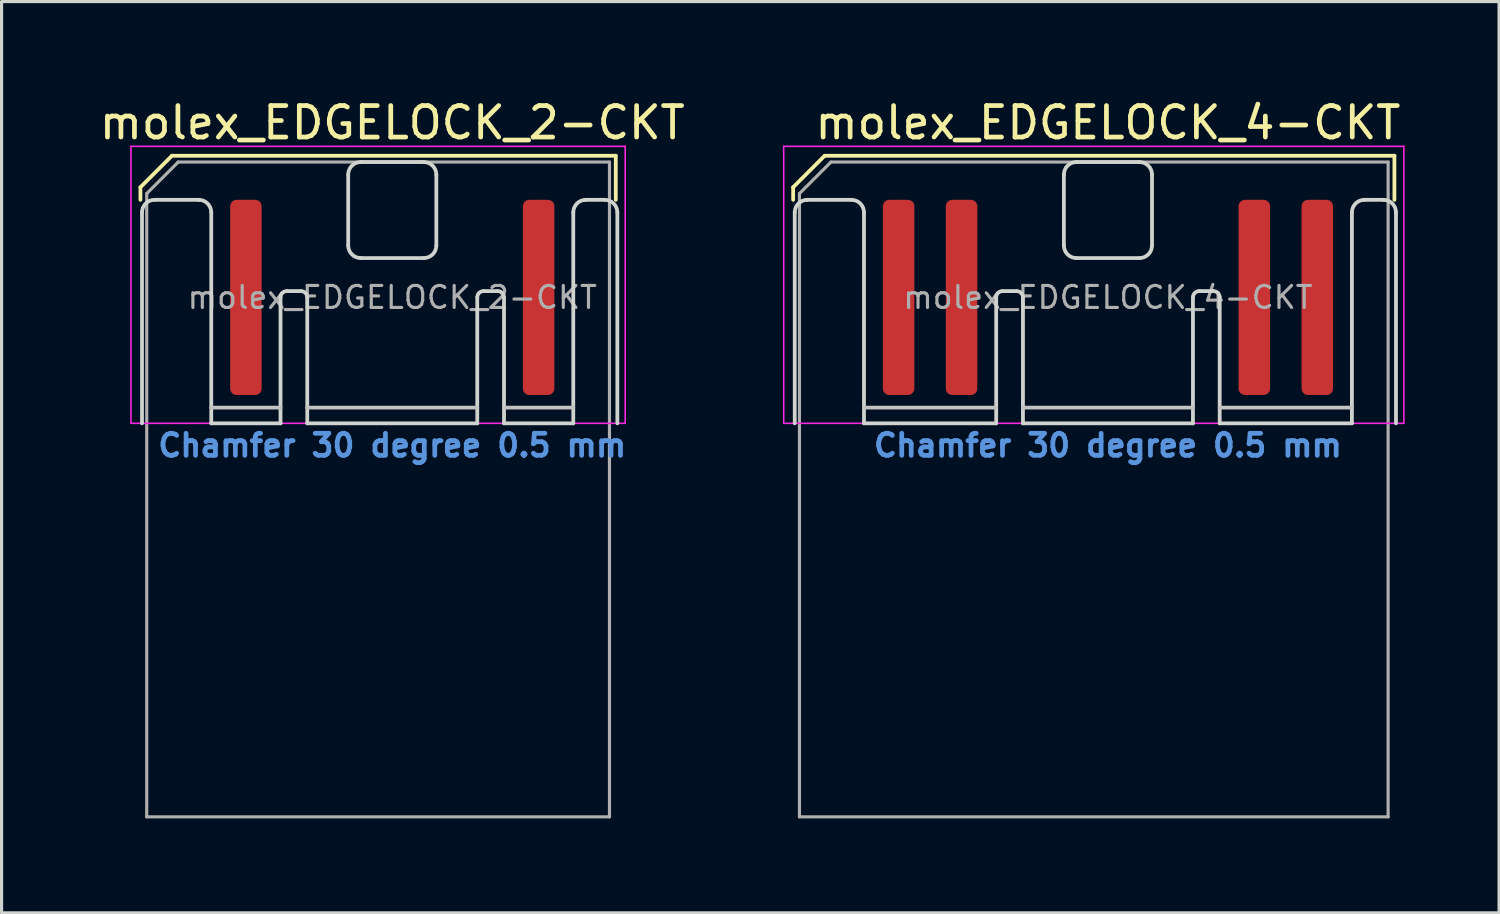
<source format=kicad_pcb>
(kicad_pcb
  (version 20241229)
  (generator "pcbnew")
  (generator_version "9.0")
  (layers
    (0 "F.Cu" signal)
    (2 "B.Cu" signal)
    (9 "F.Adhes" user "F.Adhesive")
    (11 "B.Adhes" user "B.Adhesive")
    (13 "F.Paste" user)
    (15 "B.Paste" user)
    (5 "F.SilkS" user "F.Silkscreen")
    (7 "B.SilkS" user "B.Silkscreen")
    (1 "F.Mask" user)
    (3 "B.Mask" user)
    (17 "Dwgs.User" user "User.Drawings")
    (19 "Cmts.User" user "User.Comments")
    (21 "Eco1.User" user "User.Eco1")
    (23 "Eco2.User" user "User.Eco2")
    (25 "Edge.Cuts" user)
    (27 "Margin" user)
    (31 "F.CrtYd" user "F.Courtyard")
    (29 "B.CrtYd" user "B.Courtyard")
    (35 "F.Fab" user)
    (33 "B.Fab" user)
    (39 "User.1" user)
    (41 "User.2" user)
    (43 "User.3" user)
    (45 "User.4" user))
  (footprint "molex_EDGELOCK_2-CKT"
    (layer "F.Cu")
    (at 9.411 6.398)
    (property "Reference" "molex_EDGELOCK_2-CKT" (at 0 -5.55 0) (layer "F.SilkS") (effects (font (size 1 1) (thickness 0.15))))
    (attr smd)
    (fp_line (start -8 -3.5) (end -7 -4.5) (stroke (width 0.12) (type solid)) (layer "F.SilkS"))
    (fp_line (start -8 -3.1) (end -8 -3.5) (stroke (width 0.12) (type solid)) (layer "F.SilkS"))
    (fp_line (start -7 -4.5) (end 7.1 -4.5) (stroke (width 0.12) (type solid)) (layer "F.SilkS"))
    (fp_line (start 7.1 -4.5) (end 7.1 -3.1) (stroke (width 0.12) (type solid)) (layer "F.SilkS"))
    (fp_line (start -5.75 3.5) (end -3.55 3.5) (stroke (width 0.12) (type solid)) (layer "Dwgs.User"))
    (fp_line (start -2.7 3.5) (end 2.7 3.5) (stroke (width 0.12) (type solid)) (layer "Dwgs.User"))
    (fp_line (start 3.55 3.5) (end 5.75 3.5) (stroke (width 0.12) (type solid)) (layer "Dwgs.User"))
    (fp_line (start -7.95 4) (end -7.95 -2.7) (stroke (width 0.12) (type solid)) (layer "Edge.Cuts"))
    (fp_line (start -7.55 -3.1) (end -6.15 -3.1) (stroke (width 0.12) (type solid)) (layer "Edge.Cuts"))
    (fp_line (start -5.75 -2.7) (end -5.75 4) (stroke (width 0.12) (type solid)) (layer "Edge.Cuts"))
    (fp_line (start -5.75 4) (end -3.55 4) (stroke (width 0.12) (type solid)) (layer "Edge.Cuts"))
    (fp_line (start -3.55 4) (end -3.55 0) (stroke (width 0.12) (type solid)) (layer "Edge.Cuts"))
    (fp_line (start -3.35 -0.2) (end -2.9 -0.2) (stroke (width 0.12) (type solid)) (layer "Edge.Cuts"))
    (fp_line (start -2.7 0) (end -2.7 4) (stroke (width 0.12) (type solid)) (layer "Edge.Cuts"))
    (fp_line (start -2.7 4) (end 2.7 4) (stroke (width 0.12) (type solid)) (layer "Edge.Cuts"))
    (fp_line (start -1.4 -3.9) (end -1.4 -1.65) (stroke (width 0.12) (type solid)) (layer "Edge.Cuts"))
    (fp_line (start -1 -1.25) (end 1 -1.25) (stroke (width 0.12) (type solid)) (layer "Edge.Cuts"))
    (fp_line (start 1 -4.3) (end -1 -4.3) (stroke (width 0.12) (type solid)) (layer "Edge.Cuts"))
    (fp_line (start 1.4 -1.65) (end 1.4 -3.9) (stroke (width 0.12) (type solid)) (layer "Edge.Cuts"))
    (fp_line (start 2.7 4) (end 2.7 0) (stroke (width 0.12) (type solid)) (layer "Edge.Cuts"))
    (fp_line (start 2.9 -0.2) (end 3.35 -0.2) (stroke (width 0.12) (type solid)) (layer "Edge.Cuts"))
    (fp_line (start 3.55 0) (end 3.55 4) (stroke (width 0.12) (type solid)) (layer "Edge.Cuts"))
    (fp_line (start 3.55 4) (end 5.75 4) (stroke (width 0.12) (type solid)) (layer "Edge.Cuts"))
    (fp_line (start 5.75 4) (end 5.75 -2.7) (stroke (width 0.12) (type solid)) (layer "Edge.Cuts"))
    (fp_line (start 6.15 -3.1) (end 6.75 -3.1) (stroke (width 0.12) (type solid)) (layer "Edge.Cuts"))
    (fp_line (start 7.15 -2.7) (end 7.15 4) (stroke (width 0.12) (type solid)) (layer "Edge.Cuts"))
    (fp_arc (start -7.95 -2.7) (mid -7.832843 -2.982843) (end -7.55 -3.1) (stroke (width 0.12) (type solid)) (layer "Edge.Cuts"))
    (fp_arc (start -6.15 -3.1) (mid -5.867157 -2.982843) (end -5.75 -2.7) (stroke (width 0.12) (type solid)) (layer "Edge.Cuts"))
    (fp_arc (start -3.55 0) (mid -3.491421 -0.141421) (end -3.35 -0.2) (stroke (width 0.12) (type solid)) (layer "Edge.Cuts"))
    (fp_arc (start -2.9 -0.2) (mid -2.758579 -0.141421) (end -2.7 0) (stroke (width 0.12) (type solid)) (layer "Edge.Cuts"))
    (fp_arc (start -1.4 -3.9) (mid -1.282843 -4.182843) (end -1 -4.3) (stroke (width 0.12) (type solid)) (layer "Edge.Cuts"))
    (fp_arc (start -1 -1.25) (mid -1.282843 -1.367157) (end -1.4 -1.65) (stroke (width 0.12) (type solid)) (layer "Edge.Cuts"))
    (fp_arc (start 1 -4.3) (mid 1.282843 -4.182843) (end 1.4 -3.9) (stroke (width 0.12) (type solid)) (layer "Edge.Cuts"))
    (fp_arc (start 1.4 -1.65) (mid 1.282843 -1.367157) (end 1 -1.25) (stroke (width 0.12) (type solid)) (layer "Edge.Cuts"))
    (fp_arc (start 2.7 0) (mid 2.758579 -0.141421) (end 2.9 -0.2) (stroke (width 0.12) (type solid)) (layer "Edge.Cuts"))
    (fp_arc (start 3.35 -0.2) (mid 3.491421 -0.141421) (end 3.55 0) (stroke (width 0.12) (type solid)) (layer "Edge.Cuts"))
    (fp_arc (start 5.75 -2.7) (mid 5.867157 -2.982843) (end 6.15 -3.1) (stroke (width 0.12) (type solid)) (layer "Edge.Cuts"))
    (fp_arc (start 6.75 -3.1) (mid 7.032843 -2.982843) (end 7.15 -2.7) (stroke (width 0.12) (type solid)) (layer "Edge.Cuts"))
    (fp_line (start -8.3 -4.8) (end -8.3 4) (stroke (width 0.05) (type solid)) (layer "F.CrtYd"))
    (fp_line (start -8.3 4) (end 7.4 4) (stroke (width 0.05) (type solid)) (layer "F.CrtYd"))
    (fp_line (start 7.4 -4.8) (end -8.3 -4.8) (stroke (width 0.05) (type solid)) (layer "F.CrtYd"))
    (fp_line (start 7.4 4) (end 7.4 -4.8) (stroke (width 0.05) (type solid)) (layer "F.CrtYd"))
    (fp_line (start -7.8 -3.3) (end -6.8 -4.3) (stroke (width 0.1) (type solid)) (layer "F.Fab"))
    (fp_line (start -7.8 16.5) (end -7.8 -3.3) (stroke (width 0.1) (type solid)) (layer "F.Fab"))
    (fp_line (start -6.8 -4.3) (end 6.9 -4.3) (stroke (width 0.1) (type solid)) (layer "F.Fab"))
    (fp_line (start 6.9 -4.3) (end 6.9 16.5) (stroke (width 0.1) (type solid)) (layer "F.Fab"))
    (fp_line (start 6.9 16.5) (end -7.8 16.5) (stroke (width 0.1) (type solid)) (layer "F.Fab"))
    (fp_text user "Chamfer 30 degree 0.5 mm" (at 0 4.7 0) (layer "Cmts.User") (effects (font (size 0.7 0.7) (thickness 0.15))))
    (fp_text user "${REFERENCE}" (at 0 0 0) (layer "F.Fab") (effects (font (size 0.7 0.7) (thickness 0.1))))
    (pad "1" smd roundrect (at -4.65 0) (size 1 6.2) (layers "F.Cu" "F.Mask" "F.Paste") (roundrect_rratio 0.2))
    (pad "2" smd roundrect (at 4.65 0) (size 1 6.2) (layers "F.Cu" "F.Mask" "F.Paste") (roundrect_rratio 0.2)))
  (footprint "molex_EDGELOCK_4-CKT"
    (layer "F.Cu")
    (at 32.146 6.398)
    (property "Reference" "molex_EDGELOCK_4-CKT" (at 0 -5.55 0) (layer "F.SilkS") (effects (font (size 1 1) (thickness 0.15))))
    (attr smd)
    (fp_line (start -10 -3.5) (end -9 -4.5) (stroke (width 0.12) (type solid)) (layer "F.SilkS"))
    (fp_line (start -10 -3.1) (end -10 -3.5) (stroke (width 0.12) (type solid)) (layer "F.SilkS"))
    (fp_line (start -9 -4.5) (end 9.1 -4.5) (stroke (width 0.12) (type solid)) (layer "F.SilkS"))
    (fp_line (start 9.1 -4.5) (end 9.1 -3.1) (stroke (width 0.12) (type solid)) (layer "F.SilkS"))
    (fp_line (start -7.75 3.5) (end -3.55 3.5) (stroke (width 0.12) (type solid)) (layer "Dwgs.User"))
    (fp_line (start -2.7 3.5) (end 2.7 3.5) (stroke (width 0.12) (type solid)) (layer "Dwgs.User"))
    (fp_line (start 3.55 3.5) (end 7.75 3.5) (stroke (width 0.12) (type solid)) (layer "Dwgs.User"))
    (fp_line (start -9.95 4) (end -9.95 -2.7) (stroke (width 0.12) (type solid)) (layer "Edge.Cuts"))
    (fp_line (start -9.55 -3.1) (end -8.15 -3.1) (stroke (width 0.12) (type solid)) (layer "Edge.Cuts"))
    (fp_line (start -7.75 -2.7) (end -7.75 4) (stroke (width 0.12) (type solid)) (layer "Edge.Cuts"))
    (fp_line (start -7.75 4) (end -3.55 4) (stroke (width 0.12) (type solid)) (layer "Edge.Cuts"))
    (fp_line (start -3.55 4) (end -3.55 0) (stroke (width 0.12) (type solid)) (layer "Edge.Cuts"))
    (fp_line (start -3.35 -0.2) (end -2.9 -0.2) (stroke (width 0.12) (type solid)) (layer "Edge.Cuts"))
    (fp_line (start -2.7 0) (end -2.7 4) (stroke (width 0.12) (type solid)) (layer "Edge.Cuts"))
    (fp_line (start -2.7 4) (end 2.7 4) (stroke (width 0.12) (type solid)) (layer "Edge.Cuts"))
    (fp_line (start -1.4 -3.9) (end -1.4 -1.65) (stroke (width 0.12) (type solid)) (layer "Edge.Cuts"))
    (fp_line (start -1 -1.25) (end 1 -1.25) (stroke (width 0.12) (type solid)) (layer "Edge.Cuts"))
    (fp_line (start 1 -4.3) (end -1 -4.3) (stroke (width 0.12) (type solid)) (layer "Edge.Cuts"))
    (fp_line (start 1.4 -1.65) (end 1.4 -3.9) (stroke (width 0.12) (type solid)) (layer "Edge.Cuts"))
    (fp_line (start 2.7 4) (end 2.7 0) (stroke (width 0.12) (type solid)) (layer "Edge.Cuts"))
    (fp_line (start 2.9 -0.2) (end 3.35 -0.2) (stroke (width 0.12) (type solid)) (layer "Edge.Cuts"))
    (fp_line (start 3.55 0) (end 3.55 4) (stroke (width 0.12) (type solid)) (layer "Edge.Cuts"))
    (fp_line (start 3.55 4) (end 7.75 4) (stroke (width 0.12) (type solid)) (layer "Edge.Cuts"))
    (fp_line (start 7.75 4) (end 7.75 -2.7) (stroke (width 0.12) (type solid)) (layer "Edge.Cuts"))
    (fp_line (start 8.15 -3.1) (end 8.75 -3.1) (stroke (width 0.12) (type solid)) (layer "Edge.Cuts"))
    (fp_line (start 9.15 -2.7) (end 9.15 4) (stroke (width 0.12) (type solid)) (layer "Edge.Cuts"))
    (fp_arc (start -9.95 -2.7) (mid -9.832843 -2.982843) (end -9.55 -3.1) (stroke (width 0.12) (type solid)) (layer "Edge.Cuts"))
    (fp_arc (start -8.15 -3.1) (mid -7.867157 -2.982843) (end -7.75 -2.7) (stroke (width 0.12) (type solid)) (layer "Edge.Cuts"))
    (fp_arc (start -3.55 0) (mid -3.491421 -0.141421) (end -3.35 -0.2) (stroke (width 0.12) (type solid)) (layer "Edge.Cuts"))
    (fp_arc (start -2.9 -0.2) (mid -2.758579 -0.141421) (end -2.7 0) (stroke (width 0.12) (type solid)) (layer "Edge.Cuts"))
    (fp_arc (start -1.4 -3.9) (mid -1.282843 -4.182843) (end -1 -4.3) (stroke (width 0.12) (type solid)) (layer "Edge.Cuts"))
    (fp_arc (start -1 -1.25) (mid -1.282843 -1.367157) (end -1.4 -1.65) (stroke (width 0.12) (type solid)) (layer "Edge.Cuts"))
    (fp_arc (start 1 -4.3) (mid 1.282843 -4.182843) (end 1.4 -3.9) (stroke (width 0.12) (type solid)) (layer "Edge.Cuts"))
    (fp_arc (start 1.4 -1.65) (mid 1.282843 -1.367157) (end 1 -1.25) (stroke (width 0.12) (type solid)) (layer "Edge.Cuts"))
    (fp_arc (start 2.7 0) (mid 2.758579 -0.141421) (end 2.9 -0.2) (stroke (width 0.12) (type solid)) (layer "Edge.Cuts"))
    (fp_arc (start 3.35 -0.2) (mid 3.491421 -0.141421) (end 3.55 0) (stroke (width 0.12) (type solid)) (layer "Edge.Cuts"))
    (fp_arc (start 7.75 -2.7) (mid 7.867157 -2.982843) (end 8.15 -3.1) (stroke (width 0.12) (type solid)) (layer "Edge.Cuts"))
    (fp_arc (start 8.75 -3.1) (mid 9.032843 -2.982843) (end 9.15 -2.7) (stroke (width 0.12) (type solid)) (layer "Edge.Cuts"))
    (fp_line (start -10.3 -4.8) (end -10.3 4) (stroke (width 0.05) (type solid)) (layer "F.CrtYd"))
    (fp_line (start -10.3 4) (end 9.4 4) (stroke (width 0.05) (type solid)) (layer "F.CrtYd"))
    (fp_line (start 9.4 -4.8) (end -10.3 -4.8) (stroke (width 0.05) (type solid)) (layer "F.CrtYd"))
    (fp_line (start 9.4 4) (end 9.4 -4.8) (stroke (width 0.05) (type solid)) (layer "F.CrtYd"))
    (fp_line (start -9.8 -3.3) (end -8.8 -4.3) (stroke (width 0.1) (type solid)) (layer "F.Fab"))
    (fp_line (start -9.8 16.5) (end -9.8 -3.3) (stroke (width 0.1) (type solid)) (layer "F.Fab"))
    (fp_line (start -8.8 -4.3) (end 8.9 -4.3) (stroke (width 0.1) (type solid)) (layer "F.Fab"))
    (fp_line (start 8.9 -4.3) (end 8.9 16.5) (stroke (width 0.1) (type solid)) (layer "F.Fab"))
    (fp_line (start 8.9 16.5) (end -9.8 16.5) (stroke (width 0.1) (type solid)) (layer "F.Fab"))
    (fp_text user "Chamfer 30 degree 0.5 mm" (at 0 4.7 0) (layer "Cmts.User") (effects (font (size 0.7 0.7) (thickness 0.15))))
    (fp_text user "${REFERENCE}" (at 0 0 0) (layer "F.Fab") (effects (font (size 0.7 0.7) (thickness 0.1))))
    (pad "1" smd roundrect (at -6.65 0) (size 1 6.2) (layers "F.Cu" "F.Mask" "F.Paste") (roundrect_rratio 0.2))
    (pad "2" smd roundrect (at -4.65 0) (size 1 6.2) (layers "F.Cu" "F.Mask" "F.Paste") (roundrect_rratio 0.2))
    (pad "3" smd roundrect (at 4.65 0) (size 1 6.2) (layers "F.Cu" "F.Mask" "F.Paste") (roundrect_rratio 0.2))
    (pad "4" smd roundrect (at 6.65 0) (size 1 6.2) (layers "F.Cu" "F.Mask" "F.Paste") (roundrect_rratio 0.2)))
  (gr_rect
    (start -3 -3)
    (end 44.571 25.948)
    (stroke (width 0.1) (type default))
    (fill no)
    (layer "Edge.Cuts")))
</source>
